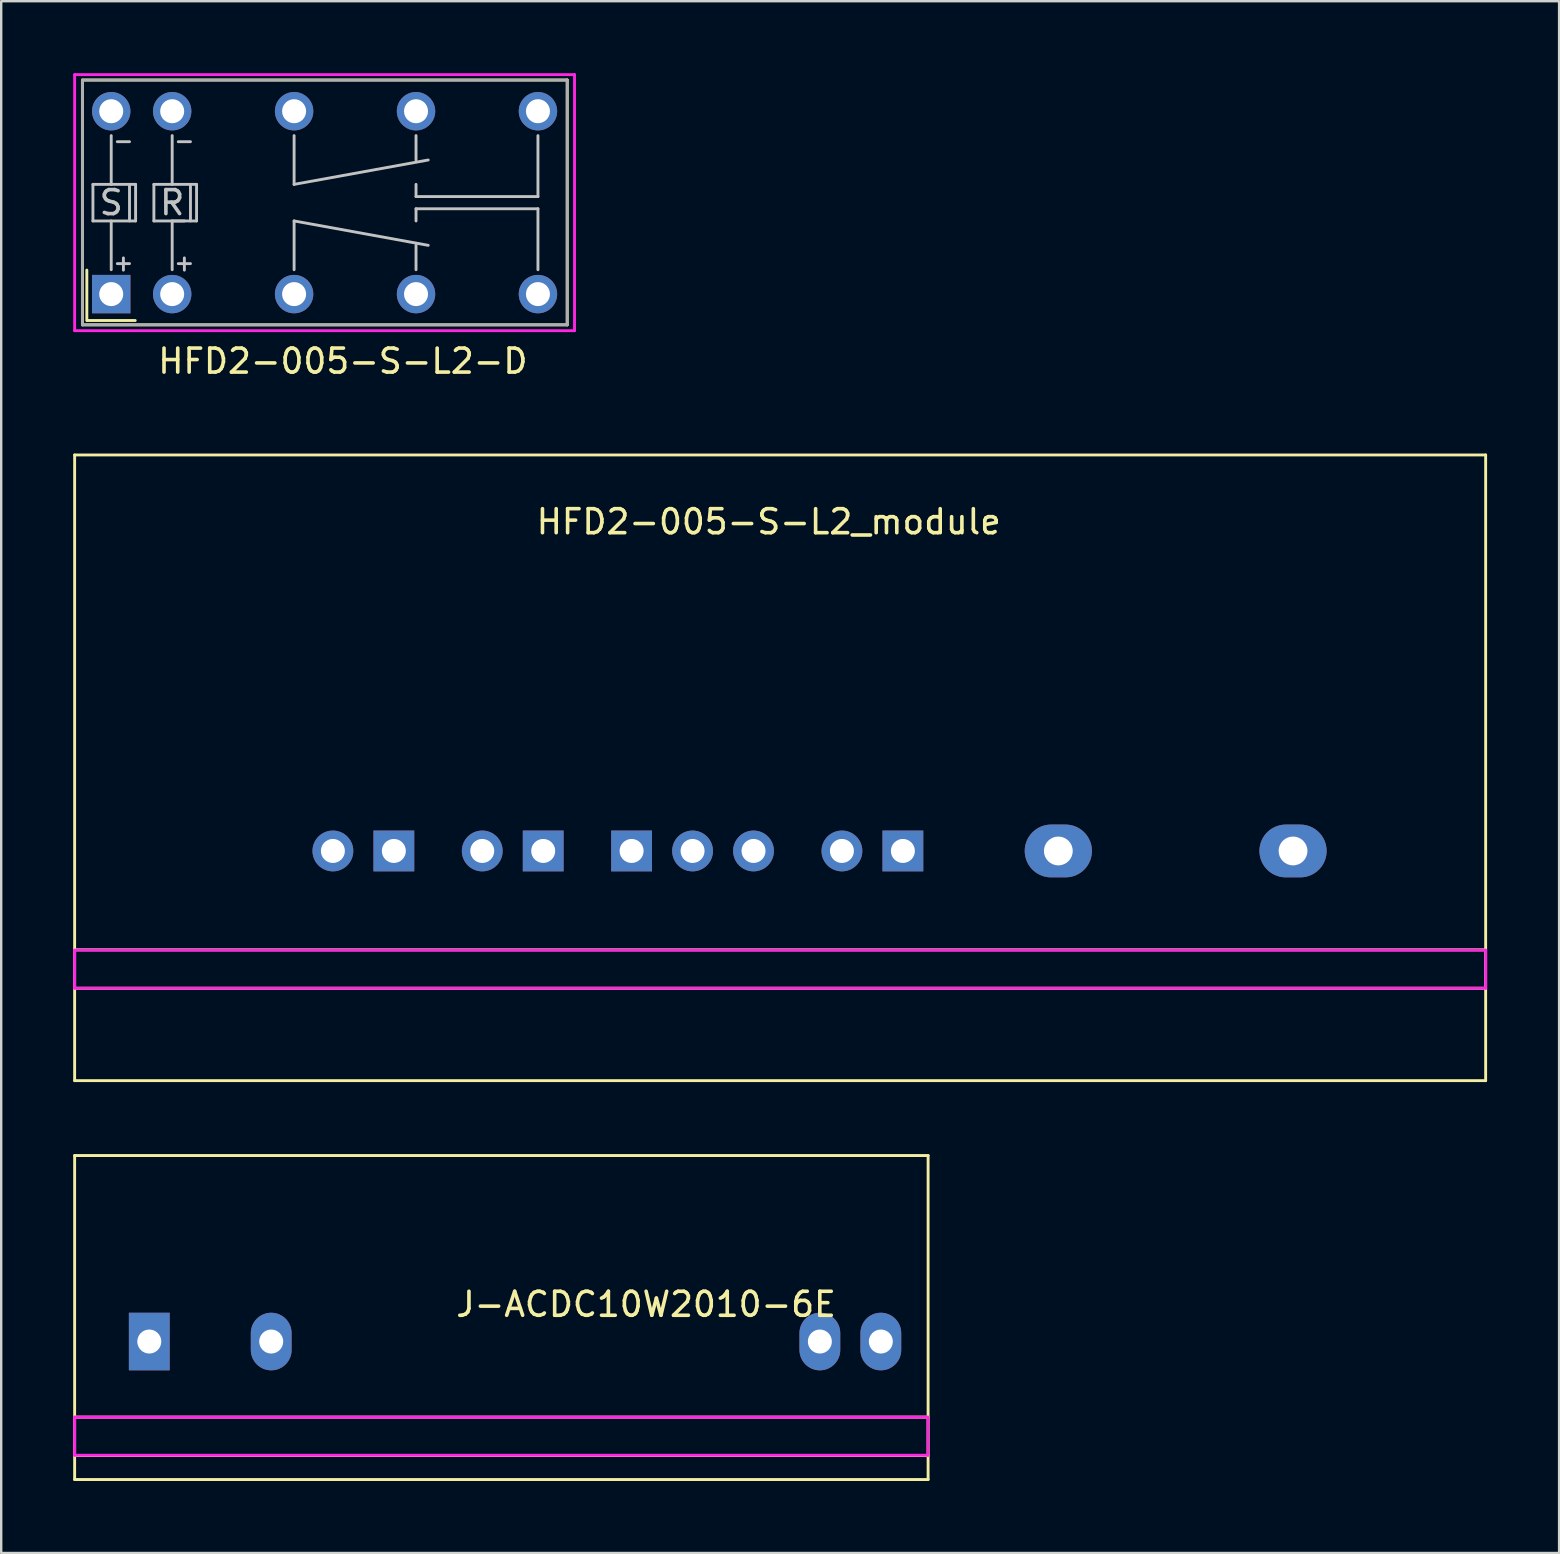
<source format=kicad_pcb>
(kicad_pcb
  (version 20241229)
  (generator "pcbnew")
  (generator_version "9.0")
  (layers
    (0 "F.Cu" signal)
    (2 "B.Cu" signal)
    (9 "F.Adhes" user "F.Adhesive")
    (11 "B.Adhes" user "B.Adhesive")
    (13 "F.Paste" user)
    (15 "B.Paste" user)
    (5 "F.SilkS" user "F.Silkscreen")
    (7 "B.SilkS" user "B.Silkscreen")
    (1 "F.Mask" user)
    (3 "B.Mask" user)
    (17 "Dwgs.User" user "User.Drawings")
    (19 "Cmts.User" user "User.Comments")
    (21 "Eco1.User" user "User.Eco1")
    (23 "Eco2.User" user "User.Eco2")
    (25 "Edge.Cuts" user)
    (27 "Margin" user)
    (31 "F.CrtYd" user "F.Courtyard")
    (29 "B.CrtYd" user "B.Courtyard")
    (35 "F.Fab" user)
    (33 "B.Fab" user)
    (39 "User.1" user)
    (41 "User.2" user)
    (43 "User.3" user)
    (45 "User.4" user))
  (footprint "HFD2-005-S-L2-D"
    (layer "F.Cu")
    (at 1.584 9.204)
    (property "Reference" "HFD2-005-S-L2-D" (at 9.652 2.794 0) (layer "F.SilkS") (effects (font (size 1 1) (thickness 0.15))))
    (attr through_hole)
    (fp_line (start -1.2 -8.9) (end -1.2 1.28) (stroke (width 0.12) (type solid)) (layer "F.SilkS"))
    (fp_line (start -1.2 1.28) (end 19 1.28) (stroke (width 0.12) (type solid)) (layer "F.SilkS"))
    (fp_line (start -1.016 1.1) (end -1.016 -1) (stroke (width 0.12) (type solid)) (layer "F.SilkS"))
    (fp_line (start -1 1.1) (end 1 1.1) (stroke (width 0.12) (type solid)) (layer "F.SilkS"))
    (fp_line (start 19 -8.92) (end -1.2 -8.92) (stroke (width 0.12) (type solid)) (layer "F.SilkS"))
    (fp_line (start 19 1.28) (end 19 -8.92) (stroke (width 0.12) (type solid)) (layer "F.SilkS"))
    (fp_line (start -0.762 -4.572) (end 0 -4.572) (stroke (width 0.12) (type solid)) (layer "Dwgs.User"))
    (fp_line (start -0.762 -3.048) (end -0.762 -4.572) (stroke (width 0.12) (type solid)) (layer "Dwgs.User"))
    (fp_line (start 0 -6.604) (end 0 -4.572) (stroke (width 0.12) (type solid)) (layer "Dwgs.User"))
    (fp_line (start 0 -4.572) (end 1.016 -4.572) (stroke (width 0.12) (type solid)) (layer "Dwgs.User"))
    (fp_line (start 0 -1.016) (end 0 -3.048) (stroke (width 0.12) (type solid)) (layer "Dwgs.User"))
    (fp_line (start 0.254 -6.35) (end 0.762 -6.35) (stroke (width 0.12) (type solid)) (layer "Dwgs.User"))
    (fp_line (start 0.254 -1.27) (end 0.762 -1.27) (stroke (width 0.12) (type solid)) (layer "Dwgs.User"))
    (fp_line (start 0.508 -1.508) (end 0.508 -1) (stroke (width 0.12) (type solid)) (layer "Dwgs.User"))
    (fp_line (start 0.762 -4.572) (end 0.762 -3.048) (stroke (width 0.12) (type solid)) (layer "Dwgs.User"))
    (fp_line (start 1.016 -4.572) (end 1.016 -3.048) (stroke (width 0.12) (type solid)) (layer "Dwgs.User"))
    (fp_line (start 1.016 -3.048) (end -0.762 -3.048) (stroke (width 0.12) (type solid)) (layer "Dwgs.User"))
    (fp_line (start 1.778 -4.572) (end 1.778 -3.048) (stroke (width 0.12) (type solid)) (layer "Dwgs.User"))
    (fp_line (start 1.778 -3.048) (end 3.556 -3.048) (stroke (width 0.12) (type solid)) (layer "Dwgs.User"))
    (fp_line (start 2.54 -6.604) (end 2.54 -4.572) (stroke (width 0.12) (type solid)) (layer "Dwgs.User"))
    (fp_line (start 2.54 -4.572) (end 1.778 -4.572) (stroke (width 0.12) (type solid)) (layer "Dwgs.User"))
    (fp_line (start 2.54 -3.048) (end 2.54 -1.016) (stroke (width 0.12) (type solid)) (layer "Dwgs.User"))
    (fp_line (start 2.794 -6.35) (end 3.302 -6.35) (stroke (width 0.12) (type solid)) (layer "Dwgs.User"))
    (fp_line (start 2.794 -1.27) (end 3.302 -1.27) (stroke (width 0.12) (type solid)) (layer "Dwgs.User"))
    (fp_line (start 3.048 -3.048) (end 2.54 -3.048) (stroke (width 0.12) (type solid)) (layer "Dwgs.User"))
    (fp_line (start 3.048 -1.508) (end 3.048 -1) (stroke (width 0.12) (type solid)) (layer "Dwgs.User"))
    (fp_line (start 3.302 -4.572) (end 3.302 -3.048) (stroke (width 0.12) (type solid)) (layer "Dwgs.User"))
    (fp_line (start 3.556 -4.572) (end 2.54 -4.572) (stroke (width 0.12) (type solid)) (layer "Dwgs.User"))
    (fp_line (start 3.556 -3.048) (end 3.556 -4.572) (stroke (width 0.12) (type solid)) (layer "Dwgs.User"))
    (fp_line (start 7.62 -6.604) (end 7.62 -4.572) (stroke (width 0.12) (type solid)) (layer "Dwgs.User"))
    (fp_line (start 7.62 -4.572) (end 13.208 -5.588) (stroke (width 0.12) (type solid)) (layer "Dwgs.User"))
    (fp_line (start 7.62 -3.048) (end 13.208 -2.032) (stroke (width 0.12) (type solid)) (layer "Dwgs.User"))
    (fp_line (start 7.62 -1.016) (end 7.62 -3.048) (stroke (width 0.12) (type solid)) (layer "Dwgs.User"))
    (fp_line (start 12.7 -6.604) (end 12.7 -5.588) (stroke (width 0.12) (type solid)) (layer "Dwgs.User"))
    (fp_line (start 12.7 -4.064) (end 12.7 -4.572) (stroke (width 0.12) (type solid)) (layer "Dwgs.User"))
    (fp_line (start 12.7 -3.556) (end 12.7 -3.048) (stroke (width 0.12) (type solid)) (layer "Dwgs.User"))
    (fp_line (start 12.7 -1.016) (end 12.7 -2.032) (stroke (width 0.12) (type solid)) (layer "Dwgs.User"))
    (fp_line (start 17.78 -6.604) (end 17.78 -4.064) (stroke (width 0.12) (type solid)) (layer "Dwgs.User"))
    (fp_line (start 17.78 -4.064) (end 12.7 -4.064) (stroke (width 0.12) (type solid)) (layer "Dwgs.User"))
    (fp_line (start 17.78 -3.556) (end 12.7 -3.556) (stroke (width 0.12) (type solid)) (layer "Dwgs.User"))
    (fp_line (start 17.78 -1.016) (end 17.78 -3.556) (stroke (width 0.12) (type solid)) (layer "Dwgs.User"))
    (fp_line (start -1.524 -9.144) (end 19.304 -9.144) (stroke (width 0.12) (type solid)) (layer "F.CrtYd"))
    (fp_line (start -1.524 1.524) (end -1.524 -9.144) (stroke (width 0.12) (type solid)) (layer "F.CrtYd"))
    (fp_line (start 19.304 -9.144) (end 19.304 1.524) (stroke (width 0.12) (type solid)) (layer "F.CrtYd"))
    (fp_line (start 19.304 1.524) (end -1.524 1.524) (stroke (width 0.12) (type solid)) (layer "F.CrtYd"))
    (fp_line (start -1.2 -8.92) (end 19 -8.92) (stroke (width 0.12) (type solid)) (layer "F.Fab"))
    (fp_line (start -1.2 1.28) (end -1.2 -8.92) (stroke (width 0.12) (type solid)) (layer "F.Fab"))
    (fp_line (start 19 -8.92) (end 19 1.28) (stroke (width 0.12) (type solid)) (layer "F.Fab"))
    (fp_line (start 19 1.28) (end -1.2 1.28) (stroke (width 0.12) (type solid)) (layer "F.Fab"))
    (fp_text user "S" (at 0 -3.81 0) (layer "Dwgs.User") (effects (font (size 1 1) (thickness 0.15))))
    (fp_text user "R" (at 2.54 -3.81 0) (layer "Dwgs.User") (effects (font (size 1 1) (thickness 0.15))))
    (pad "1" thru_hole rect (at 0 0) (size 1.6 1.6) (drill 1) (layers "*.Cu" "*.Mask"))
    (pad "2" thru_hole circle (at 2.54 0) (size 1.6 1.6) (drill 1) (layers "*.Cu" "*.Mask"))
    (pad "4" thru_hole circle (at 7.62 0) (size 1.6 1.6) (drill 1) (layers "*.Cu" "*.Mask"))
    (pad "6" thru_hole circle (at 12.7 0) (size 1.6 1.6) (drill 1) (layers "*.Cu" "*.Mask"))
    (pad "8" thru_hole circle (at 17.78 0) (size 1.6 1.6) (drill 1) (layers "*.Cu" "*.Mask"))
    (pad "9" thru_hole circle (at 17.78 -7.62) (size 1.6 1.6) (drill 1) (layers "*.Cu" "*.Mask"))
    (pad "11" thru_hole circle (at 12.7 -7.62) (size 1.6 1.6) (drill 1) (layers "*.Cu" "*.Mask"))
    (pad "13" thru_hole circle (at 7.62 -7.62) (size 1.6 1.6) (drill 1) (layers "*.Cu" "*.Mask"))
    (pad "15" thru_hole circle (at 2.54 -7.62) (size 1.6 1.6) (drill 1) (layers "*.Cu" "*.Mask"))
    (pad "16" thru_hole circle (at 0 -7.62) (size 1.6 1.6) (drill 1) (layers "*.Cu" "*.Mask")))
  (footprint "J-ACDC10W2010-6E"
    (layer "F.Cu")
    (at 13.33 52.846)
    (property "Reference" "J-ACDC10W2010-6E" (at 10.54 -1.55 0) (layer "F.SilkS") (effects (font (size 1 1) (thickness 0.15))))
    (attr through_hole)
    (fp_line (start -13.27 -7.75) (end 22.29 -7.75) (stroke (width 0.12) (type solid)) (layer "F.SilkS"))
    (fp_line (start -13.27 3.15) (end 22.29 3.15) (stroke (width 0.12) (type solid)) (layer "F.SilkS"))
    (fp_line (start -13.27 4.75) (end 22.29 4.75) (stroke (width 0.12) (type solid)) (layer "F.SilkS"))
    (fp_line (start -13.27 5.75) (end -13.27 -7.75) (stroke (width 0.12) (type solid)) (layer "F.SilkS"))
    (fp_line (start -13.27 5.75) (end 22.29 5.75) (stroke (width 0.12) (type solid)) (layer "F.SilkS"))
    (fp_line (start 22.29 -7.75) (end 22.29 5.75) (stroke (width 0.12) (type solid)) (layer "F.SilkS"))
    (fp_line (start -13.27 3.15) (end 22.285 3.15) (stroke (width 0.12) (type solid)) (layer "F.CrtYd"))
    (fp_line (start -13.27 4.737) (end -13.27 3.15) (stroke (width 0.12) (type solid)) (layer "F.CrtYd"))
    (fp_line (start 22.285 3.15) (end 22.285 4.737) (stroke (width 0.12) (type solid)) (layer "F.CrtYd"))
    (fp_line (start 22.285 4.737) (end -13.27 4.737) (stroke (width 0.12) (type solid)) (layer "F.CrtYd"))
    (pad "1" thru_hole rect (at -10.16 0) (size 1.7 2.4) (drill 1) (layers "*.Cu" "*.Mask"))
    (pad "2" thru_hole oval (at -5.08 0) (size 1.7 2.4) (drill 1) (layers "*.Cu" "*.Mask"))
    (pad "3" thru_hole oval (at 17.78 0) (size 1.7 2.4) (drill 1) (layers "*.Cu" "*.Mask"))
    (pad "4" thru_hole oval (at 20.32 0) (size 1.7 2.4) (drill 1) (layers "*.Cu" "*.Mask")))
  (footprint "HFD2-005-S-L2_module"
    (layer "F.Cu")
    (at 10.82 32.406)
    (property "Reference" "HFD2-005-S-L2_module" (at 18.161 -13.716 180) (layer "F.SilkS") (effects (font (size 1 1) (thickness 0.15))))
    (attr through_hole)
    (fp_line (start -10.76 -16.5) (end 48.031 -16.5) (stroke (width 0.12) (type solid)) (layer "F.SilkS"))
    (fp_line (start -10.76 4.12) (end 48.031 4.12) (stroke (width 0.12) (type solid)) (layer "F.SilkS"))
    (fp_line (start -10.76 5.72) (end 48.031 5.72) (stroke (width 0.12) (type solid)) (layer "F.SilkS"))
    (fp_line (start -10.76 9.57) (end -10.76 -16.5) (stroke (width 0.12) (type solid)) (layer "F.SilkS"))
    (fp_line (start 48.031 -16.5) (end 48.031 9.57) (stroke (width 0.12) (type solid)) (layer "F.SilkS"))
    (fp_line (start 48.031 9.57) (end -10.76 9.57) (stroke (width 0.12) (type solid)) (layer "F.SilkS"))
    (fp_line (start -10.76 4.133) (end -10.76 5.72) (stroke (width 0.12) (type solid)) (layer "F.CrtYd"))
    (fp_line (start -10.76 5.72) (end 48.031 5.72) (stroke (width 0.12) (type solid)) (layer "F.CrtYd"))
    (fp_line (start 48.031 4.133) (end -10.76 4.133) (stroke (width 0.12) (type solid)) (layer "F.CrtYd"))
    (fp_line (start 48.031 5.72) (end 48.031 4.133) (stroke (width 0.12) (type solid)) (layer "F.CrtYd"))
    (pad "1" thru_hole circle (at 0 0 180) (size 1.7 1.7) (drill 1) (layers "*.Cu" "*.Mask"))
    (pad "2" thru_hole rect (at 2.54 0 180) (size 1.7 1.7) (drill 1) (layers "*.Cu" "*.Mask"))
    (pad "3" thru_hole circle (at 6.223 0 180) (size 1.7 1.7) (drill 1) (layers "*.Cu" "*.Mask"))
    (pad "4" thru_hole rect (at 8.763 0 180) (size 1.7 1.7) (drill 1) (layers "*.Cu" "*.Mask"))
    (pad "5" thru_hole rect (at 12.446 0 180) (size 1.7 1.7) (drill 1) (layers "*.Cu" "*.Mask"))
    (pad "6" thru_hole oval (at 14.986 0 180) (size 1.7 1.7) (drill 1) (layers "*.Cu" "*.Mask"))
    (pad "7" thru_hole oval (at 17.526 0 180) (size 1.7 1.7) (drill 1) (layers "*.Cu" "*.Mask"))
    (pad "8" thru_hole oval (at 21.209 0 180) (size 1.7 1.7) (drill 1) (layers "*.Cu" "*.Mask"))
    (pad "9" thru_hole rect (at 23.749 0 180) (size 1.7 1.7) (drill 1) (layers "*.Cu" "*.Mask"))
    (pad "10" thru_hole oval (at 30.226 0 180) (size 2.8 2.2) (drill 1.2) (layers "*.Cu" "*.Mask"))
    (pad "11" thru_hole oval (at 40.005 0 180) (size 2.8 2.2) (drill 1.2) (layers "*.Cu" "*.Mask")))
  (gr_rect
    (start -3 -3)
    (end 61.911 61.656)
    (stroke (width 0.1) (type default))
    (fill no)
    (layer "Edge.Cuts")))
</source>
